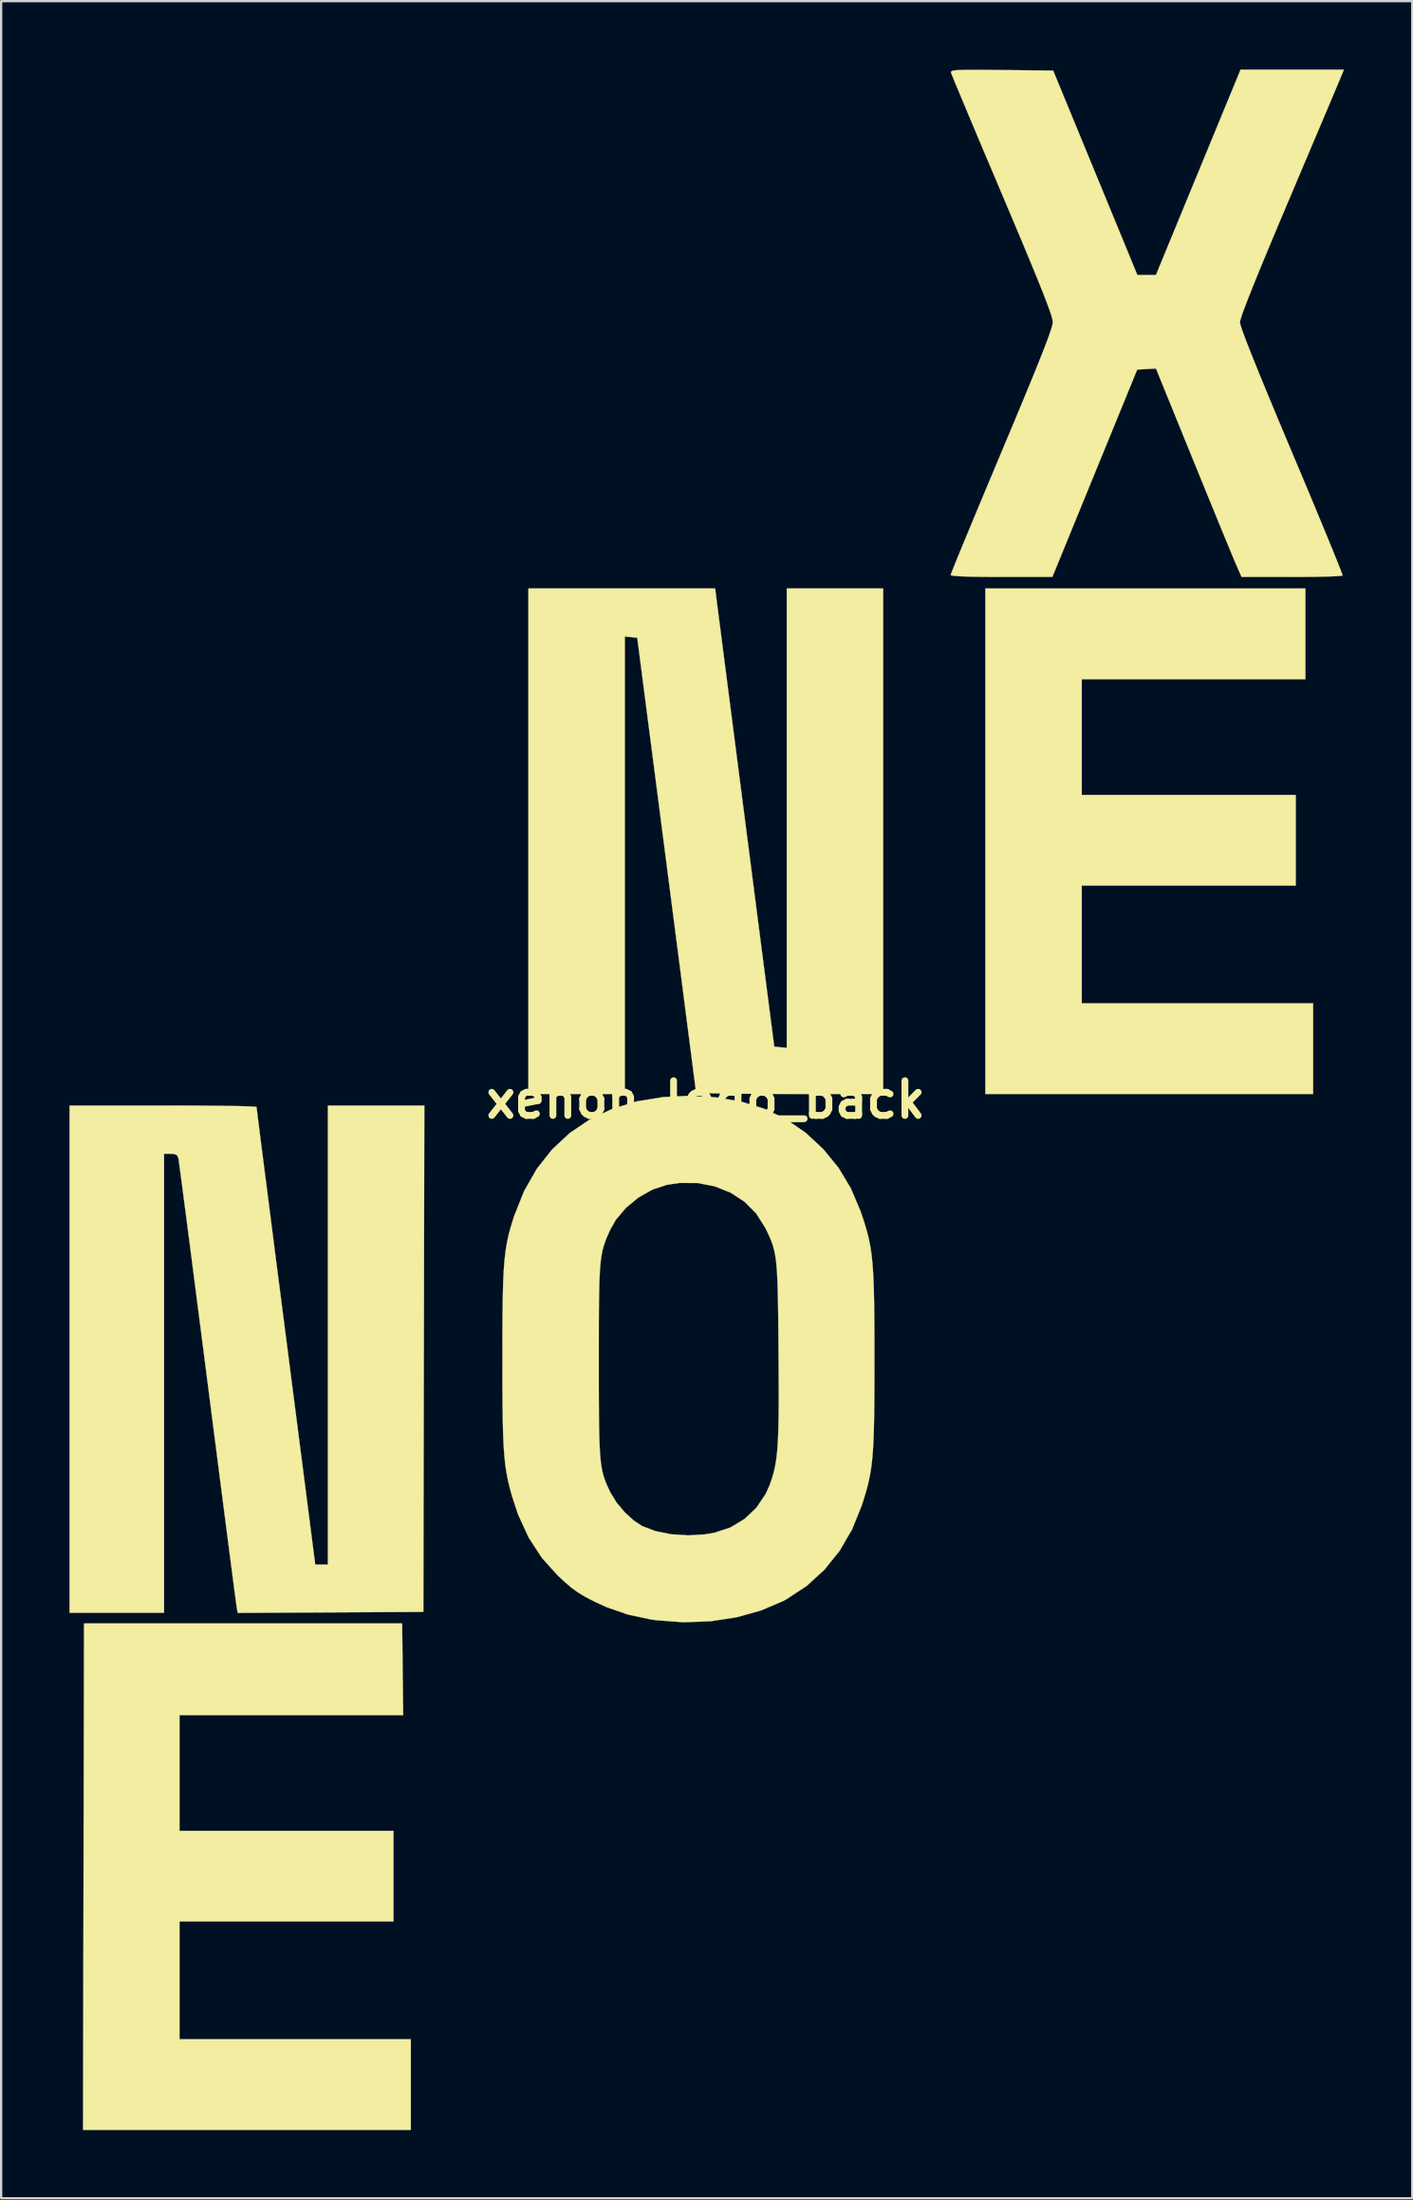
<source format=kicad_pcb>
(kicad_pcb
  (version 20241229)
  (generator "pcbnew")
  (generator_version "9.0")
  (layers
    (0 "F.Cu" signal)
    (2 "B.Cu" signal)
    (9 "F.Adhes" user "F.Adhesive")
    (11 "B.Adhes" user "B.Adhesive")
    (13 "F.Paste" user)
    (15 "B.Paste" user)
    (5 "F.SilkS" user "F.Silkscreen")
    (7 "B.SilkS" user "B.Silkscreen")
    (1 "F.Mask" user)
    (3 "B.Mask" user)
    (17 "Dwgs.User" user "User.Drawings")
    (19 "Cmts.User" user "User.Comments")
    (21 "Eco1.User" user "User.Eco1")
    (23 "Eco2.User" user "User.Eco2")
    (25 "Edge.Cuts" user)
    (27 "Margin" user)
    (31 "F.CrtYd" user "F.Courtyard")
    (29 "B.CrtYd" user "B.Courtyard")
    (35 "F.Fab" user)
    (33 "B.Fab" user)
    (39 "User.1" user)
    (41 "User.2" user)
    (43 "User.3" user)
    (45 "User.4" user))
  (footprint "xenon_logo_back"
    (layer "F.Cu")
    (at 27.945 45.217)
    (property "Reference" "xenon_logo_back" (at 0 0 0) (layer "F.SilkS") (effects (font (size 1.524 1.524) (thickness 0.3))))
    (attr through_hole)
    (fp_poly (pts (xy 26.331 -18.457) (xy 16.51 -18.457) (xy 16.51 -13.377) (xy 25.908 -13.377) (xy 25.908 -9.398) (xy 16.51 -9.398) (xy 16.51 -4.233) (xy 26.67 -4.233) (xy 26.67 -0.254) (xy 12.277 -0.254) (xy 12.277 -22.437) (xy 26.331 -22.437) (xy 26.331 -18.457)) (stroke (width 0.01) (type solid)) (fill yes) (layer "F.SilkS"))
    (fp_poly (pts (xy -13.29 27.009) (xy -23.114 27.009) (xy -23.114 32.089) (xy -13.716 32.089) (xy -13.716 36.068) (xy -23.114 36.068) (xy -23.114 41.233) (xy -12.954 41.233) (xy -12.954 45.212) (xy -27.348 45.212) (xy -27.326 34.099) (xy -27.305 22.987) (xy -13.335 22.987) (xy -13.29 27.009)) (stroke (width 0.01) (type solid)) (fill yes) (layer "F.SilkS"))
    (fp_poly (pts (xy 0.467 -21.992) (xy 0.485 -21.851) (xy 0.523 -21.553) (xy 0.58 -21.109) (xy 0.655 -20.531) (xy 0.745 -19.829) (xy 0.85 -19.015) (xy 0.968 -18.101) (xy 1.098 -17.097) (xy 1.238 -16.014) (xy 1.386 -14.863) (xy 1.542 -13.657) (xy 1.704 -12.405) (xy 1.764 -11.938) (xy 3.006 -2.328) (xy 3.281 -2.302) (xy 3.556 -2.275) (xy 3.556 -22.437) (xy 7.789 -22.437) (xy 7.789 -0.254) (xy 3.683 -0.254) (xy 2.867 -0.255) (xy 2.105 -0.259) (xy 1.413 -0.265) (xy 0.807 -0.272) (xy 0.304 -0.281) (xy -0.08 -0.292) (xy -0.329 -0.304) (xy -0.426 -0.316) (xy -0.427 -0.318) (xy -0.438 -0.408) (xy -0.47 -0.656) (xy -0.521 -1.051) (xy -0.589 -1.583) (xy -0.674 -2.241) (xy -0.774 -3.015) (xy -0.888 -3.894) (xy -1.013 -4.869) (xy -1.15 -5.928) (xy -1.297 -7.061) (xy -1.452 -8.258) (xy -1.614 -9.508) (xy -1.72 -10.329) (xy -3.01 -20.278) (xy -3.556 -20.331) (xy -3.556 -0.254) (xy -7.789 -0.254) (xy -7.789 -22.437) (xy 0.411 -22.437) (xy 0.467 -21.992)) (stroke (width 0.01) (type solid)) (fill yes) (layer "F.SilkS"))
    (fp_poly (pts (xy -23.018 0.255) (xy -22.256 0.259) (xy -21.565 0.265) (xy -20.96 0.272) (xy -20.458 0.281) (xy -20.075 0.292) (xy -19.827 0.304) (xy -19.73 0.316) (xy -19.73 0.318) (xy -19.719 0.408) (xy -19.689 0.656) (xy -19.639 1.051) (xy -19.572 1.583) (xy -19.488 2.242) (xy -19.389 3.016) (xy -19.276 3.896) (xy -19.151 4.872) (xy -19.015 5.932) (xy -18.87 7.067) (xy -18.715 8.265) (xy -18.554 9.518) (xy -18.441 10.393) (xy -17.151 20.405) (xy -16.595 20.405) (xy -16.595 0.254) (xy -12.361 0.254) (xy -12.404 22.479) (xy -16.479 22.501) (xy -20.555 22.523) (xy -20.603 22.247) (xy -20.62 22.128) (xy -20.657 21.852) (xy -20.713 21.43) (xy -20.786 20.873) (xy -20.875 20.191) (xy -20.978 19.396) (xy -21.094 18.499) (xy -21.222 17.51) (xy -21.36 16.44) (xy -21.507 15.301) (xy -21.661 14.103) (xy -21.821 12.857) (xy -21.885 12.361) (xy -22.047 11.102) (xy -22.203 9.887) (xy -22.353 8.728) (xy -22.494 7.635) (xy -22.625 6.62) (xy -22.746 5.693) (xy -22.854 4.865) (xy -22.948 4.146) (xy -23.026 3.548) (xy -23.088 3.081) (xy -23.132 2.757) (xy -23.156 2.585) (xy -23.16 2.561) (xy -23.225 2.428) (xy -23.376 2.376) (xy -23.497 2.371) (xy -23.791 2.371) (xy -23.791 22.521) (xy -27.94 22.521) (xy -27.94 0.254) (xy -23.834 0.254) (xy -23.018 0.255)) (stroke (width 0.01) (type solid)) (fill yes) (layer "F.SilkS"))
    (fp_poly (pts (xy 27.945 -45.022) (xy 27.9 -44.913) (xy 27.794 -44.661) (xy 27.634 -44.281) (xy 27.424 -43.784) (xy 27.171 -43.186) (xy 26.88 -42.499) (xy 26.557 -41.736) (xy 26.207 -40.911) (xy 25.837 -40.037) (xy 25.662 -39.624) (xy 25.153 -38.421) (xy 24.713 -37.37) (xy 24.34 -36.47) (xy 24.034 -35.717) (xy 23.793 -35.111) (xy 23.617 -34.649) (xy 23.506 -34.328) (xy 23.457 -34.147) (xy 23.455 -34.121) (xy 23.49 -33.973) (xy 23.592 -33.672) (xy 23.762 -33.221) (xy 23.998 -32.621) (xy 24.3 -31.874) (xy 24.667 -30.982) (xy 25.098 -29.946) (xy 25.592 -28.77) (xy 25.727 -28.448) (xy 26.107 -27.546) (xy 26.467 -26.69) (xy 26.799 -25.892) (xy 27.101 -25.166) (xy 27.366 -24.523) (xy 27.589 -23.977) (xy 27.765 -23.54) (xy 27.889 -23.226) (xy 27.954 -23.046) (xy 27.964 -23.008) (xy 27.874 -22.991) (xy 27.637 -22.976) (xy 27.276 -22.963) (xy 26.814 -22.953) (xy 26.273 -22.947) (xy 25.73 -22.945) (xy 23.53 -22.945) (xy 23.297 -23.474) (xy 23.219 -23.656) (xy 23.085 -23.977) (xy 22.901 -24.421) (xy 22.675 -24.969) (xy 22.414 -25.606) (xy 22.124 -26.313) (xy 21.814 -27.073) (xy 21.489 -27.869) (xy 21.416 -28.047) (xy 19.77 -32.092) (xy 19.357 -32.069) (xy 18.945 -32.046) (xy 17.94 -29.591) (xy 17.635 -28.846) (xy 17.299 -28.026) (xy 16.953 -27.18) (xy 16.615 -26.354) (xy 16.305 -25.597) (xy 16.077 -25.04) (xy 15.219 -22.945) (xy 12.986 -22.945) (xy 12.24 -22.948) (xy 11.638 -22.957) (xy 11.188 -22.973) (xy 10.893 -22.994) (xy 10.76 -23.021) (xy 10.753 -23.03) (xy 10.785 -23.12) (xy 10.877 -23.354) (xy 11.025 -23.718) (xy 11.222 -24.199) (xy 11.465 -24.785) (xy 11.746 -25.462) (xy 12.061 -26.217) (xy 12.404 -27.039) (xy 12.771 -27.913) (xy 12.996 -28.45) (xy 13.464 -29.565) (xy 13.869 -30.534) (xy 14.213 -31.366) (xy 14.501 -32.07) (xy 14.735 -32.655) (xy 14.92 -33.13) (xy 15.06 -33.504) (xy 15.157 -33.787) (xy 15.216 -33.987) (xy 15.239 -34.113) (xy 15.24 -34.133) (xy 15.224 -34.244) (xy 15.175 -34.424) (xy 15.088 -34.683) (xy 14.959 -35.03) (xy 14.786 -35.475) (xy 14.564 -36.027) (xy 14.29 -36.695) (xy 13.96 -37.489) (xy 13.57 -38.417) (xy 13.116 -39.49) (xy 13.028 -39.699) (xy 12.651 -40.59) (xy 12.292 -41.437) (xy 11.958 -42.228) (xy 11.655 -42.948) (xy 11.387 -43.585) (xy 11.161 -44.126) (xy 10.981 -44.556) (xy 10.854 -44.864) (xy 10.785 -45.035) (xy 10.774 -45.065) (xy 10.77 -45.11) (xy 10.8 -45.144) (xy 10.88 -45.17) (xy 11.03 -45.187) (xy 11.269 -45.197) (xy 11.614 -45.201) (xy 12.084 -45.2) (xy 12.697 -45.195) (xy 12.993 -45.192) (xy 15.254 -45.17) (xy 17.104 -40.682) (xy 18.953 -36.195) (xy 19.767 -36.195) (xy 23.486 -45.212) (xy 28.02 -45.212) (xy 27.945 -45.022)) (stroke (width 0.01) (type solid)) (fill yes) (layer "F.SilkS"))
    (fp_poly (pts (xy 0.43 -0.106) (xy 1.556 0.083) (xy 2.585 0.403) (xy 3.524 0.857) (xy 4.383 1.448) (xy 5.169 2.179) (xy 5.17 2.18) (xy 5.834 2.994) (xy 6.372 3.892) (xy 6.799 4.902) (xy 6.827 4.982) (xy 6.953 5.361) (xy 7.059 5.712) (xy 7.147 6.052) (xy 7.22 6.402) (xy 7.277 6.778) (xy 7.321 7.199) (xy 7.354 7.684) (xy 7.377 8.251) (xy 7.392 8.918) (xy 7.401 9.704) (xy 7.405 10.626) (xy 7.405 11.43) (xy 7.404 12.458) (xy 7.4 13.336) (xy 7.39 14.081) (xy 7.374 14.713) (xy 7.349 15.251) (xy 7.315 15.712) (xy 7.269 16.117) (xy 7.21 16.482) (xy 7.136 16.828) (xy 7.045 17.172) (xy 6.937 17.534) (xy 6.844 17.822) (xy 6.423 18.862) (xy 5.875 19.801) (xy 5.207 20.631) (xy 4.428 21.341) (xy 3.545 21.922) (xy 3.394 22.003) (xy 2.416 22.42) (xy 1.344 22.717) (xy 0.204 22.89) (xy -0.975 22.934) (xy -2.166 22.845) (xy -2.41 22.81) (xy -3.417 22.597) (xy -4.352 22.273) (xy -4.863 22.039) (xy -5.279 21.825) (xy -5.609 21.628) (xy -5.908 21.41) (xy -6.23 21.133) (xy -6.508 20.874) (xy -7.199 20.106) (xy -7.775 19.222) (xy -8.239 18.215) (xy -8.502 17.423) (xy -8.598 17.076) (xy -8.678 16.748) (xy -8.745 16.418) (xy -8.799 16.071) (xy -8.841 15.686) (xy -8.874 15.246) (xy -8.898 14.733) (xy -8.914 14.128) (xy -8.924 13.413) (xy -8.93 12.569) (xy -8.931 11.58) (xy -8.931 11.472) (xy -4.699 11.472) (xy -4.699 12.487) (xy -4.696 13.349) (xy -4.691 14.074) (xy -4.681 14.678) (xy -4.664 15.178) (xy -4.64 15.588) (xy -4.607 15.927) (xy -4.563 16.209) (xy -4.508 16.452) (xy -4.439 16.67) (xy -4.355 16.881) (xy -4.255 17.1) (xy -4.182 17.252) (xy -3.917 17.683) (xy -3.56 18.107) (xy -3.16 18.471) (xy -2.797 18.71) (xy -2.211 18.934) (xy -1.524 19.072) (xy -0.782 19.121) (xy -0.033 19.076) (xy 0.375 19.008) (xy 1.076 18.776) (xy 1.699 18.403) (xy 2.224 17.905) (xy 2.631 17.3) (xy 2.789 16.949) (xy 2.887 16.679) (xy 2.969 16.41) (xy 3.037 16.126) (xy 3.092 15.811) (xy 3.134 15.446) (xy 3.165 15.017) (xy 3.187 14.506) (xy 3.199 13.895) (xy 3.205 13.17) (xy 3.203 12.312) (xy 3.197 11.305) (xy 3.195 11.065) (xy 3.187 10.098) (xy 3.178 9.282) (xy 3.166 8.602) (xy 3.15 8.038) (xy 3.128 7.575) (xy 3.098 7.195) (xy 3.058 6.88) (xy 3.006 6.614) (xy 2.941 6.379) (xy 2.86 6.157) (xy 2.762 5.932) (xy 2.644 5.686) (xy 2.607 5.612) (xy 2.213 4.991) (xy 1.701 4.477) (xy 1.088 4.077) (xy 0.396 3.801) (xy -0.358 3.657) (xy -1.153 3.653) (xy -1.71 3.735) (xy -2.346 3.945) (xy -2.956 4.29) (xy -3.501 4.739) (xy -3.946 5.264) (xy -4.192 5.694) (xy -4.301 5.936) (xy -4.394 6.157) (xy -4.471 6.373) (xy -4.534 6.601) (xy -4.584 6.855) (xy -4.622 7.154) (xy -4.651 7.513) (xy -4.672 7.949) (xy -4.685 8.478) (xy -4.694 9.116) (xy -4.698 9.88) (xy -4.699 10.786) (xy -4.699 11.472) (xy -8.931 11.472) (xy -8.931 11.303) (xy -8.93 10.276) (xy -8.925 9.4) (xy -8.914 8.657) (xy -8.898 8.027) (xy -8.873 7.493) (xy -8.838 7.036) (xy -8.792 6.638) (xy -8.734 6.279) (xy -8.661 5.943) (xy -8.572 5.609) (xy -8.466 5.261) (xy -8.414 5.099) (xy -7.978 4.008) (xy -7.423 3.036) (xy -6.753 2.186) (xy -5.974 1.461) (xy -5.09 0.865) (xy -4.106 0.401) (xy -3.027 0.072) (xy -1.856 -0.118) (xy -0.804 -0.168) (xy 0.43 -0.106)) (stroke (width 0.01) (type solid)) (fill yes) (layer "F.SilkS")))
  (gr_rect
    (start -3 -3)
    (end 58.97 93.434)
    (stroke (width 0.1) (type default))
    (fill no)
    (layer "Edge.Cuts")))
</source>
